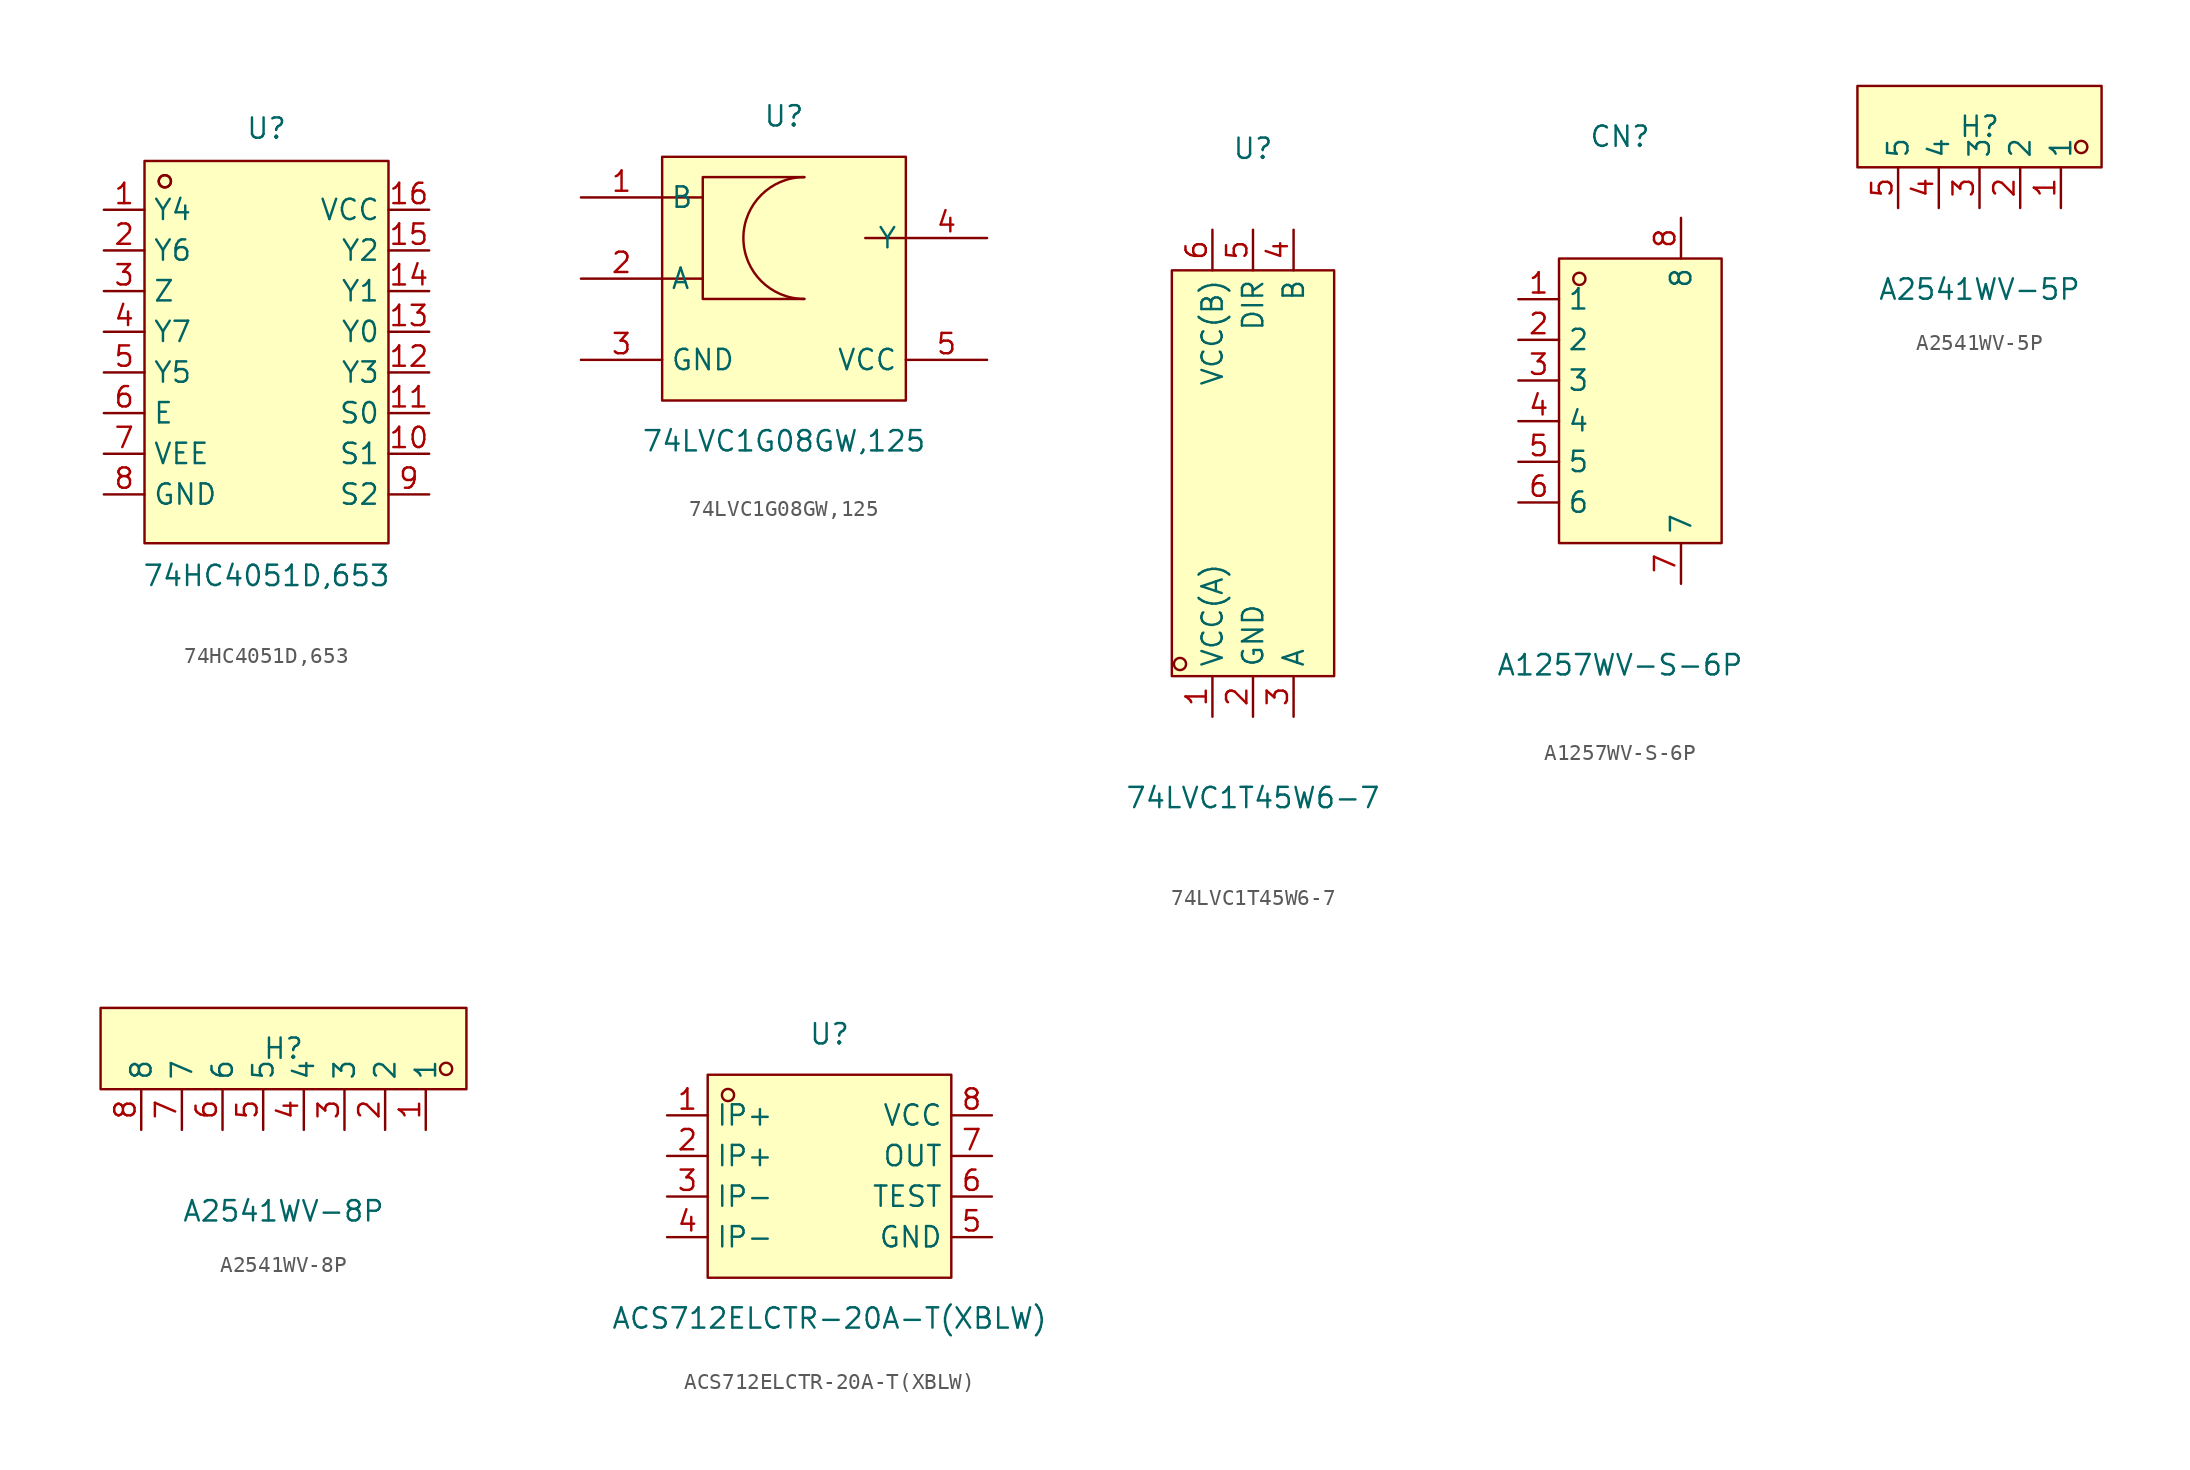
<source format=kicad_sym>
(kicad_symbol_lib
  (version 20231120)
  (generator "kicad_symbol_editor")
  (generator_version "8.0")
  (symbol "74HC4051D,653"
    (property "Reference" "U"
      (at 0 13.97 0)
      (effects (font (size 1.27 1.27))))
    (property "Value" "74HC4051D,653"
      (at 0 -13.97 0)
      (effects (font (size 1.27 1.27))))
    (symbol "74HC4051D,653_0_1"
      (rectangle (start -7.62 11.94) (end 7.62 -11.94) (stroke (width 0) (type default)) (fill (type background)))
      (circle (center -6.35 10.67) (radius 0.38) (stroke (width 0) (type default)) (fill (type none)))
      (circle (center -6.35 10.67) (radius 0.38) (stroke (width 0) (type default)) (fill (type none)))
      (pin unspecified line (at -10.16 8.89 0) (length 2.54) (name "Y4" (effects (font (size 1.27 1.27)))) (number "1" (effects (font (size 1.27 1.27)))))
      (pin unspecified line (at 10.16 -6.35 180) (length 2.54) (name "S1" (effects (font (size 1.27 1.27)))) (number "10" (effects (font (size 1.27 1.27)))))
      (pin unspecified line (at 10.16 -3.81 180) (length 2.54) (name "S0" (effects (font (size 1.27 1.27)))) (number "11" (effects (font (size 1.27 1.27)))))
      (pin unspecified line (at 10.16 -1.27 180) (length 2.54) (name "Y3" (effects (font (size 1.27 1.27)))) (number "12" (effects (font (size 1.27 1.27)))))
      (pin unspecified line (at 10.16 1.27 180) (length 2.54) (name "Y0" (effects (font (size 1.27 1.27)))) (number "13" (effects (font (size 1.27 1.27)))))
      (pin unspecified line (at 10.16 3.81 180) (length 2.54) (name "Y1" (effects (font (size 1.27 1.27)))) (number "14" (effects (font (size 1.27 1.27)))))
      (pin unspecified line (at 10.16 6.35 180) (length 2.54) (name "Y2" (effects (font (size 1.27 1.27)))) (number "15" (effects (font (size 1.27 1.27)))))
      (pin unspecified line (at 10.16 8.89 180) (length 2.54) (name "VCC" (effects (font (size 1.27 1.27)))) (number "16" (effects (font (size 1.27 1.27)))))
      (pin unspecified line (at -10.16 6.35 0) (length 2.54) (name "Y6" (effects (font (size 1.27 1.27)))) (number "2" (effects (font (size 1.27 1.27)))))
      (pin unspecified line (at -10.16 3.81 0) (length 2.54) (name "Z" (effects (font (size 1.27 1.27)))) (number "3" (effects (font (size 1.27 1.27)))))
      (pin unspecified line (at -10.16 1.27 0) (length 2.54) (name "Y7" (effects (font (size 1.27 1.27)))) (number "4" (effects (font (size 1.27 1.27)))))
      (pin unspecified line (at -10.16 -1.27 0) (length 2.54) (name "Y5" (effects (font (size 1.27 1.27)))) (number "5" (effects (font (size 1.27 1.27)))))
      (pin unspecified line (at -10.16 -3.81 0) (length 2.54) (name "E" (effects (font (size 1.27 1.27)))) (number "6" (effects (font (size 1.27 1.27)))))
      (pin unspecified line (at -10.16 -6.35 0) (length 2.54) (name "VEE" (effects (font (size 1.27 1.27)))) (number "7" (effects (font (size 1.27 1.27)))))
      (pin unspecified line (at -10.16 -8.89 0) (length 2.54) (name "GND" (effects (font (size 1.27 1.27)))) (number "8" (effects (font (size 1.27 1.27)))))
      (pin unspecified line (at 10.16 -8.89 180) (length 2.54) (name "S2" (effects (font (size 1.27 1.27)))) (number "9" (effects (font (size 1.27 1.27)))))))
  (symbol "74LVC1G08GW,125"
    (property "Reference" "U"
      (at 0 10.16 0)
      (effects (font (size 1.27 1.27))))
    (property "Value" "74LVC1G08GW,125"
      (at 0 -10.16 0)
      (effects (font (size 1.27 1.27))))
    (symbol "74LVC1G08GW,125_0_1"
      (rectangle (start -7.62 7.62) (end 7.62 -7.62) (stroke (width 0) (type default)) (fill (type background)))
      (polyline (pts (xy -7.62 0) (xy -5.08 0)) (stroke (width 0) (type default)) (fill (type none)))
      (polyline (pts (xy -7.62 5.08) (xy -5.08 5.08)) (stroke (width 0) (type default)) (fill (type none)))
      (polyline (pts (xy 5.08 2.54) (xy 7.62 2.54)) (stroke (width 0) (type default)) (fill (type none)))
      (polyline (pts (xy 1.27 6.35) (xy -5.08 6.35) (xy -5.08 -1.27) (xy 1.27 -1.27)) (stroke (width 0) (type default)) (fill (type none)))
      (arc (start 1.27 6.35) (mid -2.5294 2.54) (end 1.27 -1.27) (stroke (width 0) (type default)) (fill (type none)))
      (pin unspecified line (at -12.7 5.08 0) (length 5.08) (name "B" (effects (font (size 1.27 1.27)))) (number "1" (effects (font (size 1.27 1.27)))))
      (pin unspecified line (at -12.7 0 0) (length 5.08) (name "A" (effects (font (size 1.27 1.27)))) (number "2" (effects (font (size 1.27 1.27)))))
      (pin unspecified line (at -12.7 -5.08 0) (length 5.08) (name "GND" (effects (font (size 1.27 1.27)))) (number "3" (effects (font (size 1.27 1.27)))))
      (pin unspecified line (at 12.7 2.54 180) (length 5.08) (name "Y" (effects (font (size 1.27 1.27)))) (number "4" (effects (font (size 1.27 1.27)))))
      (pin unspecified line (at 12.7 -5.08 180) (length 5.08) (name "VCC" (effects (font (size 1.27 1.27)))) (number "5" (effects (font (size 1.27 1.27)))))))
  (symbol "74LVC1T45W6-7"
    (property "Reference" "U"
      (at 0 20.32 0)
      (effects (font (size 1.27 1.27))))
    (property "Value" "74LVC1T45W6-7"
      (at 0 -20.32 0)
      (effects (font (size 1.27 1.27))))
    (symbol "74LVC1T45W6-7_0_1"
      (rectangle (start -5.08 12.7) (end 5.08 -12.7) (stroke (width 0) (type default)) (fill (type background)))
      (circle (center -4.57 -11.94) (radius 0.38) (stroke (width 0) (type default)) (fill (type none)))
      (pin unspecified line (at -2.54 -15.24 90) (length 2.54) (name "VCC(A)" (effects (font (size 1.27 1.27)))) (number "1" (effects (font (size 1.27 1.27)))))
      (pin unspecified line (at 0 -15.24 90) (length 2.54) (name "GND" (effects (font (size 1.27 1.27)))) (number "2" (effects (font (size 1.27 1.27)))))
      (pin unspecified line (at 2.54 -15.24 90) (length 2.54) (name "A" (effects (font (size 1.27 1.27)))) (number "3" (effects (font (size 1.27 1.27)))))
      (pin unspecified line (at 2.54 15.24 270) (length 2.54) (name "B" (effects (font (size 1.27 1.27)))) (number "4" (effects (font (size 1.27 1.27)))))
      (pin unspecified line (at 0 15.24 270) (length 2.54) (name "DIR" (effects (font (size 1.27 1.27)))) (number "5" (effects (font (size 1.27 1.27)))))
      (pin unspecified line (at -2.54 15.24 270) (length 2.54) (name "VCC(B)" (effects (font (size 1.27 1.27)))) (number "6" (effects (font (size 1.27 1.27)))))))
  (symbol "A1257WV-S-6P"
    (property "Reference" "CN"
      (at 0 16.51 0)
      (effects (font (size 1.27 1.27))))
    (property "Value" "A1257WV-S-6P"
      (at 0 -16.51 0)
      (effects (font (size 1.27 1.27))))
    (symbol "A1257WV-S-6P_0_1"
      (rectangle (start -3.81 8.89) (end 6.35 -8.89) (stroke (width 0) (type default)) (fill (type background)))
      (circle (center -2.54 7.62) (radius 0.38) (stroke (width 0) (type default)) (fill (type none)))
      (pin unspecified line (at -6.35 6.35 0) (length 2.54) (name "1" (effects (font (size 1.27 1.27)))) (number "1" (effects (font (size 1.27 1.27)))))
      (pin unspecified line (at -6.35 3.81 0) (length 2.54) (name "2" (effects (font (size 1.27 1.27)))) (number "2" (effects (font (size 1.27 1.27)))))
      (pin unspecified line (at -6.35 1.27 0) (length 2.54) (name "3" (effects (font (size 1.27 1.27)))) (number "3" (effects (font (size 1.27 1.27)))))
      (pin unspecified line (at -6.35 -1.27 0) (length 2.54) (name "4" (effects (font (size 1.27 1.27)))) (number "4" (effects (font (size 1.27 1.27)))))
      (pin unspecified line (at -6.35 -3.81 0) (length 2.54) (name "5" (effects (font (size 1.27 1.27)))) (number "5" (effects (font (size 1.27 1.27)))))
      (pin unspecified line (at -6.35 -6.35 0) (length 2.54) (name "6" (effects (font (size 1.27 1.27)))) (number "6" (effects (font (size 1.27 1.27)))))
      (pin unspecified line (at 3.81 -11.43 90) (length 2.54) (name "7" (effects (font (size 1.27 1.27)))) (number "7" (effects (font (size 1.27 1.27)))))
      (pin unspecified line (at 3.81 11.43 270) (length 2.54) (name "8" (effects (font (size 1.27 1.27)))) (number "8" (effects (font (size 1.27 1.27)))))))
  (symbol "A2541WV-5P"
    (property "Reference" "H"
      (at 0 1.27 0)
      (effects (font (size 1.27 1.27))))
    (property "Value" "A2541WV-5P"
      (at 0 -8.89 0)
      (effects (font (size 1.27 1.27))))
    (symbol "A2541WV-5P_0_1"
      (rectangle (start -7.62 3.81) (end 7.62 -1.27) (stroke (width 0) (type default)) (fill (type background)))
      (circle (center 6.35 0) (radius 0.38) (stroke (width 0) (type default)) (fill (type none)))
      (pin unspecified line (at 5.08 -3.81 90) (length 2.54) (name "1" (effects (font (size 1.27 1.27)))) (number "1" (effects (font (size 1.27 1.27)))))
      (pin unspecified line (at 2.54 -3.81 90) (length 2.54) (name "2" (effects (font (size 1.27 1.27)))) (number "2" (effects (font (size 1.27 1.27)))))
      (pin unspecified line (at 0 -3.81 90) (length 2.54) (name "3" (effects (font (size 1.27 1.27)))) (number "3" (effects (font (size 1.27 1.27)))))
      (pin unspecified line (at -2.54 -3.81 90) (length 2.54) (name "4" (effects (font (size 1.27 1.27)))) (number "4" (effects (font (size 1.27 1.27)))))
      (pin unspecified line (at -5.08 -3.81 90) (length 2.54) (name "5" (effects (font (size 1.27 1.27)))) (number "5" (effects (font (size 1.27 1.27)))))))
  (symbol "A2541WV-8P"
    (property "Reference" "H"
      (at 0 1.27 0)
      (effects (font (size 1.27 1.27))))
    (property "Value" "A2541WV-8P"
      (at 0 -8.89 0)
      (effects (font (size 1.27 1.27))))
    (symbol "A2541WV-8P_0_1"
      (rectangle (start -11.43 3.81) (end 11.43 -1.27) (stroke (width 0) (type default) (color 0 0 0 0)) (fill (type background)))
      (circle (center 10.16 -0.00) (radius 0.38) (stroke (width 0) (type default) (color 0 0 0 0)) (fill (type none)))
      (pin unspecified line (at 8.89 -3.81 90) (length 2.54) (name "1" (effects (font (size 1.27 1.27)))) (number "1" (effects (font (size 1.27 1.27)))))
      (pin unspecified line (at 6.35 -3.81 90) (length 2.54) (name "2" (effects (font (size 1.27 1.27)))) (number "2" (effects (font (size 1.27 1.27)))))
      (pin unspecified line (at 3.81 -3.81 90) (length 2.54) (name "3" (effects (font (size 1.27 1.27)))) (number "3" (effects (font (size 1.27 1.27)))))
      (pin unspecified line (at 1.27 -3.81 90) (length 2.54) (name "4" (effects (font (size 1.27 1.27)))) (number "4" (effects (font (size 1.27 1.27)))))
      (pin unspecified line (at -1.27 -3.81 90) (length 2.54) (name "5" (effects (font (size 1.27 1.27)))) (number "5" (effects (font (size 1.27 1.27)))))
      (pin unspecified line (at -3.81 -3.81 90) (length 2.54) (name "6" (effects (font (size 1.27 1.27)))) (number "6" (effects (font (size 1.27 1.27)))))
      (pin unspecified line (at -6.35 -3.81 90) (length 2.54) (name "7" (effects (font (size 1.27 1.27)))) (number "7" (effects (font (size 1.27 1.27)))))
      (pin unspecified line (at -8.89 -3.81 90) (length 2.54) (name "8" (effects (font (size 1.27 1.27)))) (number "8" (effects (font (size 1.27 1.27)))))))
  (symbol "ACS712ELCTR-20A-T(XBLW)"
    (property "Reference" "U"
      (at 0 8.89 0)
      (effects (font (size 1.27 1.27))))
    (property "Value" "ACS712ELCTR-20A-T(XBLW)"
      (at 0 -8.89 0)
      (effects (font (size 1.27 1.27))))
    (symbol "ACS712ELCTR-20A-T(XBLW)_0_1"
      (rectangle (start -7.62 6.35) (end 7.62 -6.35) (stroke (width 0) (type default)) (fill (type background)))
      (circle (center -6.35 5.08) (radius 0.38) (stroke (width 0) (type default)) (fill (type none)))
      (pin unspecified line (at -10.16 3.81 0) (length 2.54) (name "IP+" (effects (font (size 1.27 1.27)))) (number "1" (effects (font (size 1.27 1.27)))))
      (pin unspecified line (at -10.16 1.27 0) (length 2.54) (name "IP+" (effects (font (size 1.27 1.27)))) (number "2" (effects (font (size 1.27 1.27)))))
      (pin unspecified line (at -10.16 -1.27 0) (length 2.54) (name "IP-" (effects (font (size 1.27 1.27)))) (number "3" (effects (font (size 1.27 1.27)))))
      (pin unspecified line (at -10.16 -3.81 0) (length 2.54) (name "IP-" (effects (font (size 1.27 1.27)))) (number "4" (effects (font (size 1.27 1.27)))))
      (pin unspecified line (at 10.16 -3.81 180) (length 2.54) (name "GND" (effects (font (size 1.27 1.27)))) (number "5" (effects (font (size 1.27 1.27)))))
      (pin unspecified line (at 10.16 -1.27 180) (length 2.54) (name "TEST" (effects (font (size 1.27 1.27)))) (number "6" (effects (font (size 1.27 1.27)))))
      (pin unspecified line (at 10.16 1.27 180) (length 2.54) (name "OUT" (effects (font (size 1.27 1.27)))) (number "7" (effects (font (size 1.27 1.27)))))
      (pin unspecified line (at 10.16 3.81 180) (length 2.54) (name "VCC" (effects (font (size 1.27 1.27)))) (number "8" (effects (font (size 1.27 1.27))))))))
</source>
